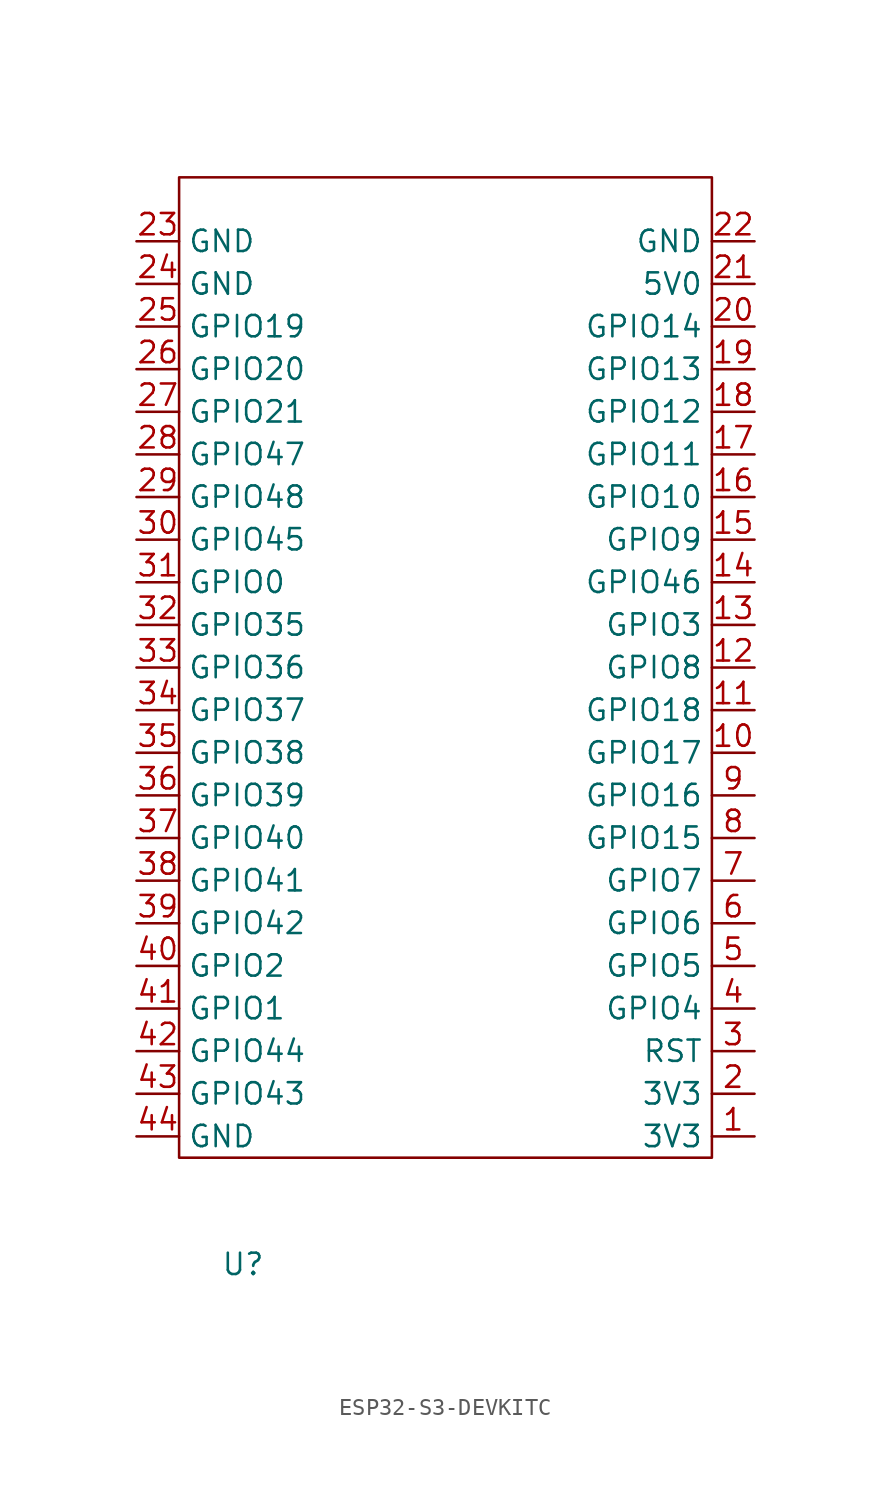
<source format=kicad_sym>
(kicad_symbol_lib
  (version 20220914)
  (generator kicad_symbol_editor)
  (symbol "ESP32-S3-DEVKITC"
    (property "Reference" "U"
      (at 0 0 0)
      (effects (font (size 1.27 1.27))))
    (property "Value" ""
      (at 0 0 0)
      (effects (font (size 1.27 1.27))))
    (symbol "ESP32-S3-DEVKITC_1_1"
      (rectangle (start -3.81 64.77) (end 27.94 6.35) (stroke (width 0) (type default)) (fill (type none)))
      (pin power_in line (at 30.48 7.62 180) (length 2.54) (name "3V3" (effects (font (size 1.27 1.27)))) (number "1" (effects (font (size 1.27 1.27)))))
      (pin bidirectional line (at 30.48 30.48 180) (length 2.54) (name "GPIO17" (effects (font (size 1.27 1.27)))) (number "10" (effects (font (size 1.27 1.27)))))
      (pin bidirectional line (at 30.48 33.02 180) (length 2.54) (name "GPIO18" (effects (font (size 1.27 1.27)))) (number "11" (effects (font (size 1.27 1.27)))))
      (pin bidirectional line (at 30.48 35.56 180) (length 2.54) (name "GPIO8" (effects (font (size 1.27 1.27)))) (number "12" (effects (font (size 1.27 1.27)))))
      (pin bidirectional line (at 30.48 38.1 180) (length 2.54) (name "GPIO3" (effects (font (size 1.27 1.27)))) (number "13" (effects (font (size 1.27 1.27)))))
      (pin bidirectional line (at 30.48 40.64 180) (length 2.54) (name "GPIO46" (effects (font (size 1.27 1.27)))) (number "14" (effects (font (size 1.27 1.27)))))
      (pin bidirectional line (at 30.48 43.18 180) (length 2.54) (name "GPIO9" (effects (font (size 1.27 1.27)))) (number "15" (effects (font (size 1.27 1.27)))))
      (pin bidirectional line (at 30.48 45.72 180) (length 2.54) (name "GPIO10" (effects (font (size 1.27 1.27)))) (number "16" (effects (font (size 1.27 1.27)))))
      (pin bidirectional line (at 30.48 48.26 180) (length 2.54) (name "GPIO11" (effects (font (size 1.27 1.27)))) (number "17" (effects (font (size 1.27 1.27)))))
      (pin bidirectional line (at 30.48 50.8 180) (length 2.54) (name "GPIO12" (effects (font (size 1.27 1.27)))) (number "18" (effects (font (size 1.27 1.27)))))
      (pin bidirectional line (at 30.48 53.34 180) (length 2.54) (name "GPIO13" (effects (font (size 1.27 1.27)))) (number "19" (effects (font (size 1.27 1.27)))))
      (pin power_in line (at 30.48 10.16 180) (length 2.54) (name "3V3" (effects (font (size 1.27 1.27)))) (number "2" (effects (font (size 1.27 1.27)))))
      (pin bidirectional line (at 30.48 55.88 180) (length 2.54) (name "GPIO14" (effects (font (size 1.27 1.27)))) (number "20" (effects (font (size 1.27 1.27)))))
      (pin input line (at 30.48 58.42 180) (length 2.54) (name "5V0" (effects (font (size 1.27 1.27)))) (number "21" (effects (font (size 1.27 1.27)))))
      (pin power_in line (at 30.48 60.96 180) (length 2.54) (name "GND" (effects (font (size 1.27 1.27)))) (number "22" (effects (font (size 1.27 1.27)))))
      (pin power_in line (at -6.35 60.96 0) (length 2.54) (name "GND" (effects (font (size 1.27 1.27)))) (number "23" (effects (font (size 1.27 1.27)))))
      (pin power_in line (at -6.35 58.42 0) (length 2.54) (name "GND" (effects (font (size 1.27 1.27)))) (number "24" (effects (font (size 1.27 1.27)))))
      (pin bidirectional line (at -6.35 55.88 0) (length 2.54) (name "GPIO19" (effects (font (size 1.27 1.27)))) (number "25" (effects (font (size 1.27 1.27)))))
      (pin bidirectional line (at -6.35 53.34 0) (length 2.54) (name "GPIO20" (effects (font (size 1.27 1.27)))) (number "26" (effects (font (size 1.27 1.27)))))
      (pin bidirectional line (at -6.35 50.8 0) (length 2.54) (name "GPIO21" (effects (font (size 1.27 1.27)))) (number "27" (effects (font (size 1.27 1.27)))))
      (pin bidirectional line (at -6.35 48.26 0) (length 2.54) (name "GPIO47" (effects (font (size 1.27 1.27)))) (number "28" (effects (font (size 1.27 1.27)))))
      (pin bidirectional line (at -6.35 45.72 0) (length 2.54) (name "GPIO48" (effects (font (size 1.27 1.27)))) (number "29" (effects (font (size 1.27 1.27)))))
      (pin input line (at 30.48 12.7 180) (length 2.54) (name "RST" (effects (font (size 1.27 1.27)))) (number "3" (effects (font (size 1.27 1.27)))))
      (pin bidirectional line (at -6.35 43.18 0) (length 2.54) (name "GPIO45" (effects (font (size 1.27 1.27)))) (number "30" (effects (font (size 1.27 1.27)))))
      (pin bidirectional line (at -6.35 40.64 0) (length 2.54) (name "GPIO0" (effects (font (size 1.27 1.27)))) (number "31" (effects (font (size 1.27 1.27)))))
      (pin bidirectional line (at -6.35 38.1 0) (length 2.54) (name "GPIO35" (effects (font (size 1.27 1.27)))) (number "32" (effects (font (size 1.27 1.27)))))
      (pin bidirectional line (at -6.35 35.56 0) (length 2.54) (name "GPIO36" (effects (font (size 1.27 1.27)))) (number "33" (effects (font (size 1.27 1.27)))))
      (pin bidirectional line (at -6.35 33.02 0) (length 2.54) (name "GPIO37" (effects (font (size 1.27 1.27)))) (number "34" (effects (font (size 1.27 1.27)))))
      (pin bidirectional line (at -6.35 30.48 0) (length 2.54) (name "GPIO38" (effects (font (size 1.27 1.27)))) (number "35" (effects (font (size 1.27 1.27)))))
      (pin bidirectional line (at -6.35 27.94 0) (length 2.54) (name "GPIO39" (effects (font (size 1.27 1.27)))) (number "36" (effects (font (size 1.27 1.27)))))
      (pin bidirectional line (at -6.35 25.4 0) (length 2.54) (name "GPIO40" (effects (font (size 1.27 1.27)))) (number "37" (effects (font (size 1.27 1.27)))))
      (pin bidirectional line (at -6.35 22.86 0) (length 2.54) (name "GPIO41" (effects (font (size 1.27 1.27)))) (number "38" (effects (font (size 1.27 1.27)))))
      (pin bidirectional line (at -6.35 20.32 0) (length 2.54) (name "GPIO42" (effects (font (size 1.27 1.27)))) (number "39" (effects (font (size 1.27 1.27)))))
      (pin bidirectional line (at 30.48 15.24 180) (length 2.54) (name "GPIO4" (effects (font (size 1.27 1.27)))) (number "4" (effects (font (size 1.27 1.27)))))
      (pin bidirectional line (at -6.35 17.78 0) (length 2.54) (name "GPIO2" (effects (font (size 1.27 1.27)))) (number "40" (effects (font (size 1.27 1.27)))))
      (pin bidirectional line (at -6.35 15.24 0) (length 2.54) (name "GPIO1" (effects (font (size 1.27 1.27)))) (number "41" (effects (font (size 1.27 1.27)))))
      (pin bidirectional line (at -6.35 12.7 0) (length 2.54) (name "GPIO44" (effects (font (size 1.27 1.27)))) (number "42" (effects (font (size 1.27 1.27)))))
      (pin bidirectional line (at -6.35 10.16 0) (length 2.54) (name "GPIO43" (effects (font (size 1.27 1.27)))) (number "43" (effects (font (size 1.27 1.27)))))
      (pin power_in line (at -6.35 7.62 0) (length 2.54) (name "GND" (effects (font (size 1.27 1.27)))) (number "44" (effects (font (size 1.27 1.27)))))
      (pin bidirectional line (at 30.48 17.78 180) (length 2.54) (name "GPIO5" (effects (font (size 1.27 1.27)))) (number "5" (effects (font (size 1.27 1.27)))))
      (pin bidirectional line (at 30.48 20.32 180) (length 2.54) (name "GPIO6" (effects (font (size 1.27 1.27)))) (number "6" (effects (font (size 1.27 1.27)))))
      (pin bidirectional line (at 30.48 22.86 180) (length 2.54) (name "GPIO7" (effects (font (size 1.27 1.27)))) (number "7" (effects (font (size 1.27 1.27)))))
      (pin bidirectional line (at 30.48 25.4 180) (length 2.54) (name "GPIO15" (effects (font (size 1.27 1.27)))) (number "8" (effects (font (size 1.27 1.27)))))
      (pin bidirectional line (at 30.48 27.94 180) (length 2.54) (name "GPIO16" (effects (font (size 1.27 1.27)))) (number "9" (effects (font (size 1.27 1.27))))))))
</source>
